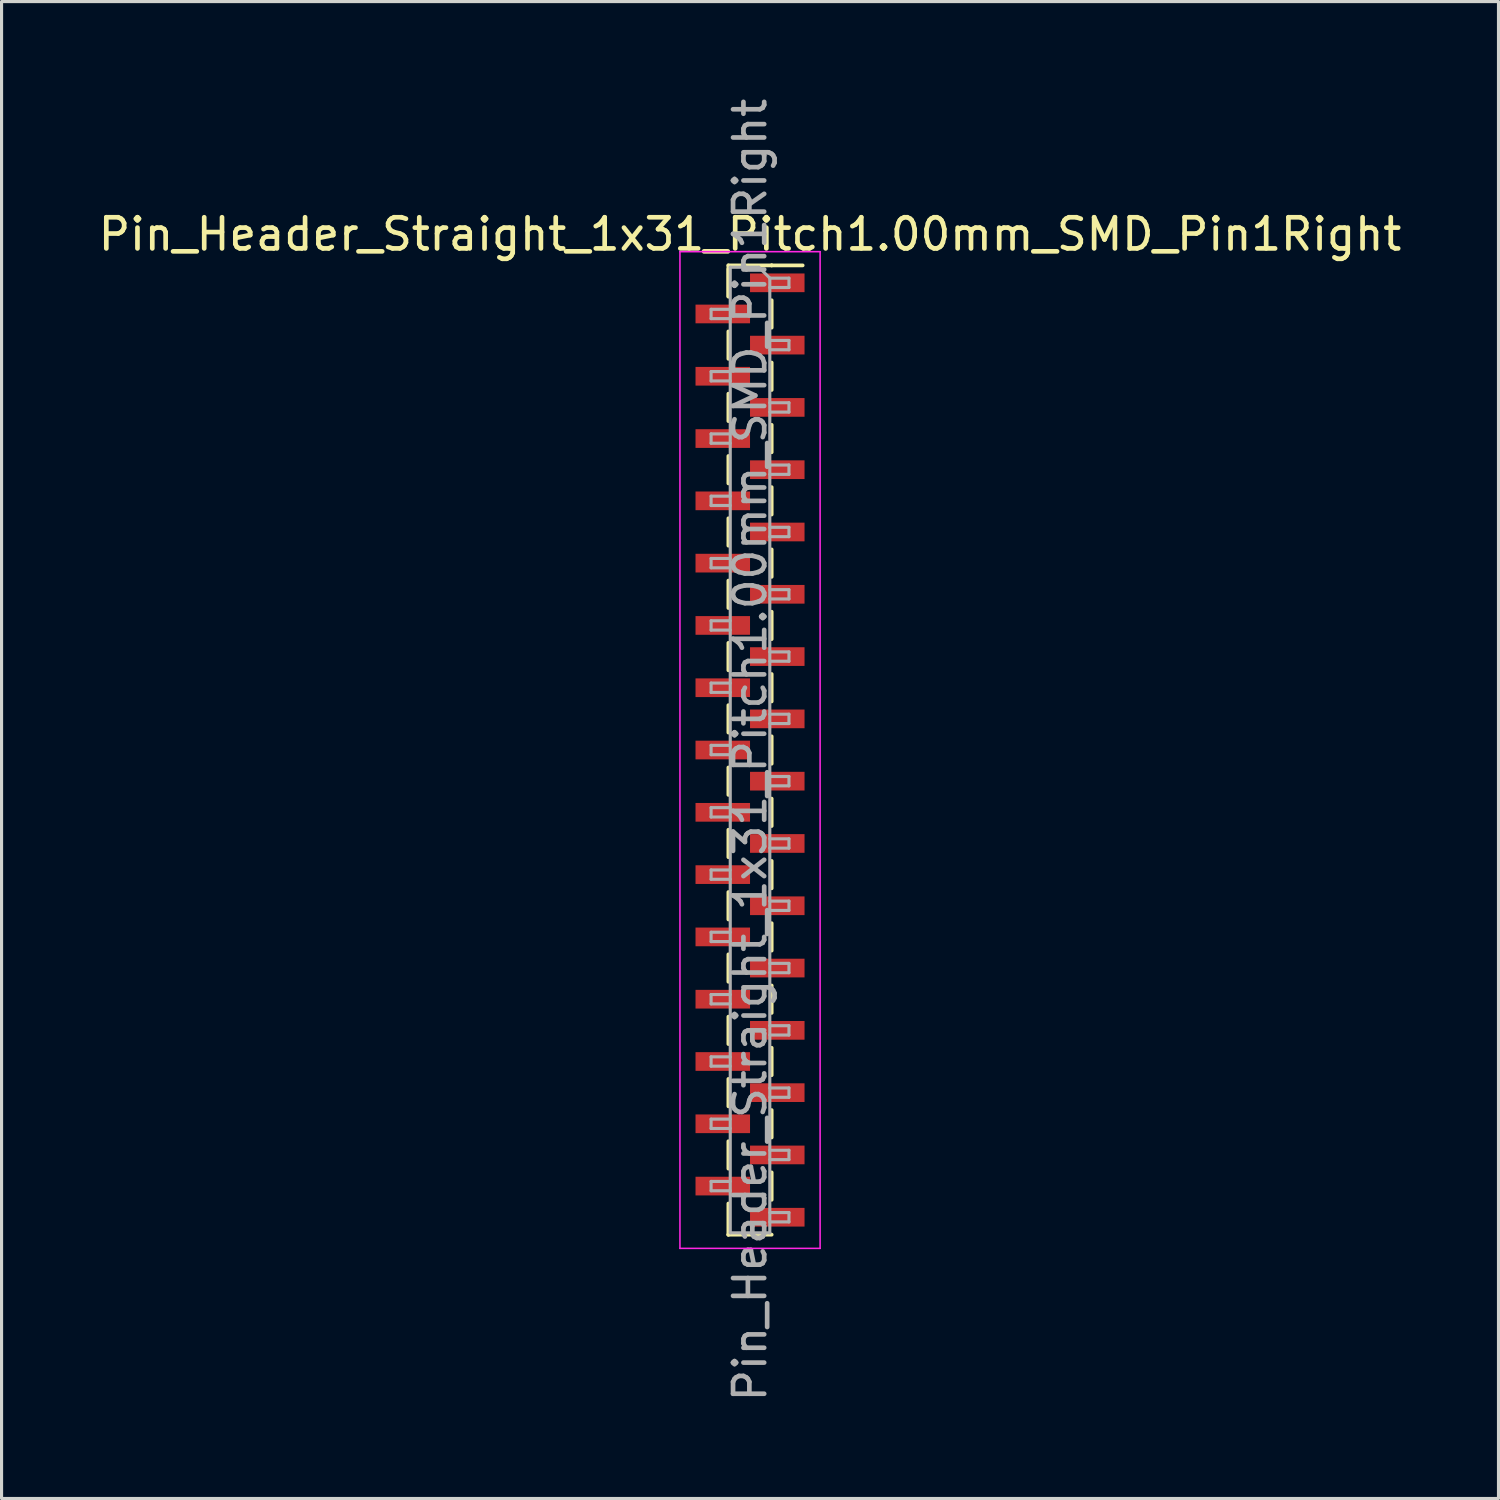
<source format=kicad_pcb>
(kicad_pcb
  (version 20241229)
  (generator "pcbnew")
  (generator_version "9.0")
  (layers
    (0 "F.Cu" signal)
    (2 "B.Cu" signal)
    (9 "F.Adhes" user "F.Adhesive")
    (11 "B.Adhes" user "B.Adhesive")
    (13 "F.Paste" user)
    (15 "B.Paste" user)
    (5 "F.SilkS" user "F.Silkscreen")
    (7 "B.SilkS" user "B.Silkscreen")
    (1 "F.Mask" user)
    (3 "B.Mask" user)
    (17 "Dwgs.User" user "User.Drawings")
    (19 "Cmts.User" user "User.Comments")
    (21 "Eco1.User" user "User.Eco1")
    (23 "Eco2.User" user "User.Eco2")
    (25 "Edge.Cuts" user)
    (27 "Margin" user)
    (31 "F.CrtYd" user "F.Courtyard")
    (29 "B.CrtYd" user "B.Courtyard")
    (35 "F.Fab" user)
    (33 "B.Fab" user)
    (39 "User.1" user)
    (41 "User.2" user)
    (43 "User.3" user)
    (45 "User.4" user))
  (footprint "Pin_Header_Straight_1x31_Pitch1.00mm_SMD_Pin1Right"
    (layer "F.Cu")
    (at 21.03 21.03)
    (property "Reference" "Pin_Header_Straight_1x31_Pitch1.00mm_SMD_Pin1Right" (at 0 -16.56 0) (layer "F.SilkS") (effects (font (size 1 1) (thickness 0.15))))
    (attr smd)
    (fp_line (start -0.695 -15.56) (end -0.695 -14.56) (stroke (width 0.12) (type solid)) (layer "F.SilkS"))
    (fp_line (start -0.695 -15.56) (end 0.695 -15.56) (stroke (width 0.12) (type solid)) (layer "F.SilkS"))
    (fp_line (start -0.695 -15.44) (end -0.695 -14.56) (stroke (width 0.12) (type solid)) (layer "F.SilkS"))
    (fp_line (start -0.695 -13.44) (end -0.695 -12.56) (stroke (width 0.12) (type solid)) (layer "F.SilkS"))
    (fp_line (start -0.695 -11.44) (end -0.695 -10.56) (stroke (width 0.12) (type solid)) (layer "F.SilkS"))
    (fp_line (start -0.695 -9.44) (end -0.695 -8.56) (stroke (width 0.12) (type solid)) (layer "F.SilkS"))
    (fp_line (start -0.695 -7.44) (end -0.695 -6.56) (stroke (width 0.12) (type solid)) (layer "F.SilkS"))
    (fp_line (start -0.695 -5.44) (end -0.695 -4.56) (stroke (width 0.12) (type solid)) (layer "F.SilkS"))
    (fp_line (start -0.695 -3.44) (end -0.695 -2.56) (stroke (width 0.12) (type solid)) (layer "F.SilkS"))
    (fp_line (start -0.695 -1.44) (end -0.695 -0.56) (stroke (width 0.12) (type solid)) (layer "F.SilkS"))
    (fp_line (start -0.695 0.56) (end -0.695 1.44) (stroke (width 0.12) (type solid)) (layer "F.SilkS"))
    (fp_line (start -0.695 2.56) (end -0.695 3.44) (stroke (width 0.12) (type solid)) (layer "F.SilkS"))
    (fp_line (start -0.695 4.56) (end -0.695 5.44) (stroke (width 0.12) (type solid)) (layer "F.SilkS"))
    (fp_line (start -0.695 6.56) (end -0.695 7.44) (stroke (width 0.12) (type solid)) (layer "F.SilkS"))
    (fp_line (start -0.695 8.56) (end -0.695 9.44) (stroke (width 0.12) (type solid)) (layer "F.SilkS"))
    (fp_line (start -0.695 10.56) (end -0.695 11.44) (stroke (width 0.12) (type solid)) (layer "F.SilkS"))
    (fp_line (start -0.695 12.56) (end -0.695 13.44) (stroke (width 0.12) (type solid)) (layer "F.SilkS"))
    (fp_line (start -0.695 14.56) (end -0.695 15.56) (stroke (width 0.12) (type solid)) (layer "F.SilkS"))
    (fp_line (start -0.695 15.56) (end -0.695 15.56) (stroke (width 0.12) (type solid)) (layer "F.SilkS"))
    (fp_line (start -0.695 15.56) (end 0.695 15.56) (stroke (width 0.12) (type solid)) (layer "F.SilkS"))
    (fp_line (start 0.695 -15.56) (end 0.695 -15.56) (stroke (width 0.12) (type solid)) (layer "F.SilkS"))
    (fp_line (start 0.695 -15.56) (end 1.69 -15.56) (stroke (width 0.12) (type solid)) (layer "F.SilkS"))
    (fp_line (start 0.695 -14.44) (end 0.695 -13.56) (stroke (width 0.12) (type solid)) (layer "F.SilkS"))
    (fp_line (start 0.695 -12.44) (end 0.695 -11.56) (stroke (width 0.12) (type solid)) (layer "F.SilkS"))
    (fp_line (start 0.695 -10.44) (end 0.695 -9.56) (stroke (width 0.12) (type solid)) (layer "F.SilkS"))
    (fp_line (start 0.695 -8.44) (end 0.695 -7.56) (stroke (width 0.12) (type solid)) (layer "F.SilkS"))
    (fp_line (start 0.695 -6.44) (end 0.695 -5.56) (stroke (width 0.12) (type solid)) (layer "F.SilkS"))
    (fp_line (start 0.695 -4.44) (end 0.695 -3.56) (stroke (width 0.12) (type solid)) (layer "F.SilkS"))
    (fp_line (start 0.695 -2.44) (end 0.695 -1.56) (stroke (width 0.12) (type solid)) (layer "F.SilkS"))
    (fp_line (start 0.695 -0.44) (end 0.695 0.44) (stroke (width 0.12) (type solid)) (layer "F.SilkS"))
    (fp_line (start 0.695 1.56) (end 0.695 2.44) (stroke (width 0.12) (type solid)) (layer "F.SilkS"))
    (fp_line (start 0.695 3.56) (end 0.695 4.44) (stroke (width 0.12) (type solid)) (layer "F.SilkS"))
    (fp_line (start 0.695 5.56) (end 0.695 6.44) (stroke (width 0.12) (type solid)) (layer "F.SilkS"))
    (fp_line (start 0.695 7.56) (end 0.695 8.44) (stroke (width 0.12) (type solid)) (layer "F.SilkS"))
    (fp_line (start 0.695 9.56) (end 0.695 10.44) (stroke (width 0.12) (type solid)) (layer "F.SilkS"))
    (fp_line (start 0.695 11.56) (end 0.695 12.44) (stroke (width 0.12) (type solid)) (layer "F.SilkS"))
    (fp_line (start 0.695 13.56) (end 0.695 14.44) (stroke (width 0.12) (type solid)) (layer "F.SilkS"))
    (fp_line (start -2.25 -16) (end -2.25 16) (stroke (width 0.05) (type solid)) (layer "F.CrtYd"))
    (fp_line (start -2.25 16) (end 2.25 16) (stroke (width 0.05) (type solid)) (layer "F.CrtYd"))
    (fp_line (start 2.25 -16) (end -2.25 -16) (stroke (width 0.05) (type solid)) (layer "F.CrtYd"))
    (fp_line (start 2.25 16) (end 2.25 -16) (stroke (width 0.05) (type solid)) (layer "F.CrtYd"))
    (fp_line (start -1.25 -14.15) (end -1.25 -13.85) (stroke (width 0.1) (type solid)) (layer "F.Fab"))
    (fp_line (start -1.25 -13.85) (end -0.635 -13.85) (stroke (width 0.1) (type solid)) (layer "F.Fab"))
    (fp_line (start -1.25 -12.15) (end -1.25 -11.85) (stroke (width 0.1) (type solid)) (layer "F.Fab"))
    (fp_line (start -1.25 -11.85) (end -0.635 -11.85) (stroke (width 0.1) (type solid)) (layer "F.Fab"))
    (fp_line (start -1.25 -10.15) (end -1.25 -9.85) (stroke (width 0.1) (type solid)) (layer "F.Fab"))
    (fp_line (start -1.25 -9.85) (end -0.635 -9.85) (stroke (width 0.1) (type solid)) (layer "F.Fab"))
    (fp_line (start -1.25 -8.15) (end -1.25 -7.85) (stroke (width 0.1) (type solid)) (layer "F.Fab"))
    (fp_line (start -1.25 -7.85) (end -0.635 -7.85) (stroke (width 0.1) (type solid)) (layer "F.Fab"))
    (fp_line (start -1.25 -6.15) (end -1.25 -5.85) (stroke (width 0.1) (type solid)) (layer "F.Fab"))
    (fp_line (start -1.25 -5.85) (end -0.635 -5.85) (stroke (width 0.1) (type solid)) (layer "F.Fab"))
    (fp_line (start -1.25 -4.15) (end -1.25 -3.85) (stroke (width 0.1) (type solid)) (layer "F.Fab"))
    (fp_line (start -1.25 -3.85) (end -0.635 -3.85) (stroke (width 0.1) (type solid)) (layer "F.Fab"))
    (fp_line (start -1.25 -2.15) (end -1.25 -1.85) (stroke (width 0.1) (type solid)) (layer "F.Fab"))
    (fp_line (start -1.25 -1.85) (end -0.635 -1.85) (stroke (width 0.1) (type solid)) (layer "F.Fab"))
    (fp_line (start -1.25 -0.15) (end -1.25 0.15) (stroke (width 0.1) (type solid)) (layer "F.Fab"))
    (fp_line (start -1.25 0.15) (end -0.635 0.15) (stroke (width 0.1) (type solid)) (layer "F.Fab"))
    (fp_line (start -1.25 1.85) (end -1.25 2.15) (stroke (width 0.1) (type solid)) (layer "F.Fab"))
    (fp_line (start -1.25 2.15) (end -0.635 2.15) (stroke (width 0.1) (type solid)) (layer "F.Fab"))
    (fp_line (start -1.25 3.85) (end -1.25 4.15) (stroke (width 0.1) (type solid)) (layer "F.Fab"))
    (fp_line (start -1.25 4.15) (end -0.635 4.15) (stroke (width 0.1) (type solid)) (layer "F.Fab"))
    (fp_line (start -1.25 5.85) (end -1.25 6.15) (stroke (width 0.1) (type solid)) (layer "F.Fab"))
    (fp_line (start -1.25 6.15) (end -0.635 6.15) (stroke (width 0.1) (type solid)) (layer "F.Fab"))
    (fp_line (start -1.25 7.85) (end -1.25 8.15) (stroke (width 0.1) (type solid)) (layer "F.Fab"))
    (fp_line (start -1.25 8.15) (end -0.635 8.15) (stroke (width 0.1) (type solid)) (layer "F.Fab"))
    (fp_line (start -1.25 9.85) (end -1.25 10.15) (stroke (width 0.1) (type solid)) (layer "F.Fab"))
    (fp_line (start -1.25 10.15) (end -0.635 10.15) (stroke (width 0.1) (type solid)) (layer "F.Fab"))
    (fp_line (start -1.25 11.85) (end -1.25 12.15) (stroke (width 0.1) (type solid)) (layer "F.Fab"))
    (fp_line (start -1.25 12.15) (end -0.635 12.15) (stroke (width 0.1) (type solid)) (layer "F.Fab"))
    (fp_line (start -1.25 13.85) (end -1.25 14.15) (stroke (width 0.1) (type solid)) (layer "F.Fab"))
    (fp_line (start -1.25 14.15) (end -0.635 14.15) (stroke (width 0.1) (type solid)) (layer "F.Fab"))
    (fp_line (start -0.635 -15.5) (end -0.635 15.5) (stroke (width 0.1) (type solid)) (layer "F.Fab"))
    (fp_line (start -0.635 -15.5) (end 0.285 -15.5) (stroke (width 0.1) (type solid)) (layer "F.Fab"))
    (fp_line (start -0.635 -14.15) (end -1.25 -14.15) (stroke (width 0.1) (type solid)) (layer "F.Fab"))
    (fp_line (start -0.635 -12.15) (end -1.25 -12.15) (stroke (width 0.1) (type solid)) (layer "F.Fab"))
    (fp_line (start -0.635 -10.15) (end -1.25 -10.15) (stroke (width 0.1) (type solid)) (layer "F.Fab"))
    (fp_line (start -0.635 -8.15) (end -1.25 -8.15) (stroke (width 0.1) (type solid)) (layer "F.Fab"))
    (fp_line (start -0.635 -6.15) (end -1.25 -6.15) (stroke (width 0.1) (type solid)) (layer "F.Fab"))
    (fp_line (start -0.635 -4.15) (end -1.25 -4.15) (stroke (width 0.1) (type solid)) (layer "F.Fab"))
    (fp_line (start -0.635 -2.15) (end -1.25 -2.15) (stroke (width 0.1) (type solid)) (layer "F.Fab"))
    (fp_line (start -0.635 -0.15) (end -1.25 -0.15) (stroke (width 0.1) (type solid)) (layer "F.Fab"))
    (fp_line (start -0.635 1.85) (end -1.25 1.85) (stroke (width 0.1) (type solid)) (layer "F.Fab"))
    (fp_line (start -0.635 3.85) (end -1.25 3.85) (stroke (width 0.1) (type solid)) (layer "F.Fab"))
    (fp_line (start -0.635 5.85) (end -1.25 5.85) (stroke (width 0.1) (type solid)) (layer "F.Fab"))
    (fp_line (start -0.635 7.85) (end -1.25 7.85) (stroke (width 0.1) (type solid)) (layer "F.Fab"))
    (fp_line (start -0.635 9.85) (end -1.25 9.85) (stroke (width 0.1) (type solid)) (layer "F.Fab"))
    (fp_line (start -0.635 11.85) (end -1.25 11.85) (stroke (width 0.1) (type solid)) (layer "F.Fab"))
    (fp_line (start -0.635 13.85) (end -1.25 13.85) (stroke (width 0.1) (type solid)) (layer "F.Fab"))
    (fp_line (start 0.635 -15.15) (end 0.285 -15.5) (stroke (width 0.1) (type solid)) (layer "F.Fab"))
    (fp_line (start 0.635 -15.15) (end 1.25 -15.15) (stroke (width 0.1) (type solid)) (layer "F.Fab"))
    (fp_line (start 0.635 -13.15) (end 1.25 -13.15) (stroke (width 0.1) (type solid)) (layer "F.Fab"))
    (fp_line (start 0.635 -11.15) (end 1.25 -11.15) (stroke (width 0.1) (type solid)) (layer "F.Fab"))
    (fp_line (start 0.635 -9.15) (end 1.25 -9.15) (stroke (width 0.1) (type solid)) (layer "F.Fab"))
    (fp_line (start 0.635 -7.15) (end 1.25 -7.15) (stroke (width 0.1) (type solid)) (layer "F.Fab"))
    (fp_line (start 0.635 -5.15) (end 1.25 -5.15) (stroke (width 0.1) (type solid)) (layer "F.Fab"))
    (fp_line (start 0.635 -3.15) (end 1.25 -3.15) (stroke (width 0.1) (type solid)) (layer "F.Fab"))
    (fp_line (start 0.635 -1.15) (end 1.25 -1.15) (stroke (width 0.1) (type solid)) (layer "F.Fab"))
    (fp_line (start 0.635 0.85) (end 1.25 0.85) (stroke (width 0.1) (type solid)) (layer "F.Fab"))
    (fp_line (start 0.635 2.85) (end 1.25 2.85) (stroke (width 0.1) (type solid)) (layer "F.Fab"))
    (fp_line (start 0.635 4.85) (end 1.25 4.85) (stroke (width 0.1) (type solid)) (layer "F.Fab"))
    (fp_line (start 0.635 6.85) (end 1.25 6.85) (stroke (width 0.1) (type solid)) (layer "F.Fab"))
    (fp_line (start 0.635 8.85) (end 1.25 8.85) (stroke (width 0.1) (type solid)) (layer "F.Fab"))
    (fp_line (start 0.635 10.85) (end 1.25 10.85) (stroke (width 0.1) (type solid)) (layer "F.Fab"))
    (fp_line (start 0.635 12.85) (end 1.25 12.85) (stroke (width 0.1) (type solid)) (layer "F.Fab"))
    (fp_line (start 0.635 14.85) (end 1.25 14.85) (stroke (width 0.1) (type solid)) (layer "F.Fab"))
    (fp_line (start 0.635 15.5) (end -0.635 15.5) (stroke (width 0.1) (type solid)) (layer "F.Fab"))
    (fp_line (start 0.635 15.5) (end 0.635 -15.15) (stroke (width 0.1) (type solid)) (layer "F.Fab"))
    (fp_line (start 1.25 -15.15) (end 1.25 -14.85) (stroke (width 0.1) (type solid)) (layer "F.Fab"))
    (fp_line (start 1.25 -14.85) (end 0.635 -14.85) (stroke (width 0.1) (type solid)) (layer "F.Fab"))
    (fp_line (start 1.25 -13.15) (end 1.25 -12.85) (stroke (width 0.1) (type solid)) (layer "F.Fab"))
    (fp_line (start 1.25 -12.85) (end 0.635 -12.85) (stroke (width 0.1) (type solid)) (layer "F.Fab"))
    (fp_line (start 1.25 -11.15) (end 1.25 -10.85) (stroke (width 0.1) (type solid)) (layer "F.Fab"))
    (fp_line (start 1.25 -10.85) (end 0.635 -10.85) (stroke (width 0.1) (type solid)) (layer "F.Fab"))
    (fp_line (start 1.25 -9.15) (end 1.25 -8.85) (stroke (width 0.1) (type solid)) (layer "F.Fab"))
    (fp_line (start 1.25 -8.85) (end 0.635 -8.85) (stroke (width 0.1) (type solid)) (layer "F.Fab"))
    (fp_line (start 1.25 -7.15) (end 1.25 -6.85) (stroke (width 0.1) (type solid)) (layer "F.Fab"))
    (fp_line (start 1.25 -6.85) (end 0.635 -6.85) (stroke (width 0.1) (type solid)) (layer "F.Fab"))
    (fp_line (start 1.25 -5.15) (end 1.25 -4.85) (stroke (width 0.1) (type solid)) (layer "F.Fab"))
    (fp_line (start 1.25 -4.85) (end 0.635 -4.85) (stroke (width 0.1) (type solid)) (layer "F.Fab"))
    (fp_line (start 1.25 -3.15) (end 1.25 -2.85) (stroke (width 0.1) (type solid)) (layer "F.Fab"))
    (fp_line (start 1.25 -2.85) (end 0.635 -2.85) (stroke (width 0.1) (type solid)) (layer "F.Fab"))
    (fp_line (start 1.25 -1.15) (end 1.25 -0.85) (stroke (width 0.1) (type solid)) (layer "F.Fab"))
    (fp_line (start 1.25 -0.85) (end 0.635 -0.85) (stroke (width 0.1) (type solid)) (layer "F.Fab"))
    (fp_line (start 1.25 0.85) (end 1.25 1.15) (stroke (width 0.1) (type solid)) (layer "F.Fab"))
    (fp_line (start 1.25 1.15) (end 0.635 1.15) (stroke (width 0.1) (type solid)) (layer "F.Fab"))
    (fp_line (start 1.25 2.85) (end 1.25 3.15) (stroke (width 0.1) (type solid)) (layer "F.Fab"))
    (fp_line (start 1.25 3.15) (end 0.635 3.15) (stroke (width 0.1) (type solid)) (layer "F.Fab"))
    (fp_line (start 1.25 4.85) (end 1.25 5.15) (stroke (width 0.1) (type solid)) (layer "F.Fab"))
    (fp_line (start 1.25 5.15) (end 0.635 5.15) (stroke (width 0.1) (type solid)) (layer "F.Fab"))
    (fp_line (start 1.25 6.85) (end 1.25 7.15) (stroke (width 0.1) (type solid)) (layer "F.Fab"))
    (fp_line (start 1.25 7.15) (end 0.635 7.15) (stroke (width 0.1) (type solid)) (layer "F.Fab"))
    (fp_line (start 1.25 8.85) (end 1.25 9.15) (stroke (width 0.1) (type solid)) (layer "F.Fab"))
    (fp_line (start 1.25 9.15) (end 0.635 9.15) (stroke (width 0.1) (type solid)) (layer "F.Fab"))
    (fp_line (start 1.25 10.85) (end 1.25 11.15) (stroke (width 0.1) (type solid)) (layer "F.Fab"))
    (fp_line (start 1.25 11.15) (end 0.635 11.15) (stroke (width 0.1) (type solid)) (layer "F.Fab"))
    (fp_line (start 1.25 12.85) (end 1.25 13.15) (stroke (width 0.1) (type solid)) (layer "F.Fab"))
    (fp_line (start 1.25 13.15) (end 0.635 13.15) (stroke (width 0.1) (type solid)) (layer "F.Fab"))
    (fp_line (start 1.25 14.85) (end 1.25 15.15) (stroke (width 0.1) (type solid)) (layer "F.Fab"))
    (fp_line (start 1.25 15.15) (end 0.635 15.15) (stroke (width 0.1) (type solid)) (layer "F.Fab"))
    (fp_text user "${REFERENCE}" (at 0 0 90) (layer "F.Fab") (effects (font (size 1 1) (thickness 0.15))))
    (pad "1" smd rect (at 0.875 -15) (size 1.75 0.6) (layers "F.Cu" "F.Mask" "F.Paste"))
    (pad "2" smd rect (at -0.875 -14) (size 1.75 0.6) (layers "F.Cu" "F.Mask" "F.Paste"))
    (pad "3" smd rect (at 0.875 -13) (size 1.75 0.6) (layers "F.Cu" "F.Mask" "F.Paste"))
    (pad "4" smd rect (at -0.875 -12) (size 1.75 0.6) (layers "F.Cu" "F.Mask" "F.Paste"))
    (pad "5" smd rect (at 0.875 -11) (size 1.75 0.6) (layers "F.Cu" "F.Mask" "F.Paste"))
    (pad "6" smd rect (at -0.875 -10) (size 1.75 0.6) (layers "F.Cu" "F.Mask" "F.Paste"))
    (pad "7" smd rect (at 0.875 -9) (size 1.75 0.6) (layers "F.Cu" "F.Mask" "F.Paste"))
    (pad "8" smd rect (at -0.875 -8) (size 1.75 0.6) (layers "F.Cu" "F.Mask" "F.Paste"))
    (pad "9" smd rect (at 0.875 -7) (size 1.75 0.6) (layers "F.Cu" "F.Mask" "F.Paste"))
    (pad "10" smd rect (at -0.875 -6) (size 1.75 0.6) (layers "F.Cu" "F.Mask" "F.Paste"))
    (pad "11" smd rect (at 0.875 -5) (size 1.75 0.6) (layers "F.Cu" "F.Mask" "F.Paste"))
    (pad "12" smd rect (at -0.875 -4) (size 1.75 0.6) (layers "F.Cu" "F.Mask" "F.Paste"))
    (pad "13" smd rect (at 0.875 -3) (size 1.75 0.6) (layers "F.Cu" "F.Mask" "F.Paste"))
    (pad "14" smd rect (at -0.875 -2) (size 1.75 0.6) (layers "F.Cu" "F.Mask" "F.Paste"))
    (pad "15" smd rect (at 0.875 -1) (size 1.75 0.6) (layers "F.Cu" "F.Mask" "F.Paste"))
    (pad "16" smd rect (at -0.875 0) (size 1.75 0.6) (layers "F.Cu" "F.Mask" "F.Paste"))
    (pad "17" smd rect (at 0.875 1) (size 1.75 0.6) (layers "F.Cu" "F.Mask" "F.Paste"))
    (pad "18" smd rect (at -0.875 2) (size 1.75 0.6) (layers "F.Cu" "F.Mask" "F.Paste"))
    (pad "19" smd rect (at 0.875 3) (size 1.75 0.6) (layers "F.Cu" "F.Mask" "F.Paste"))
    (pad "20" smd rect (at -0.875 4) (size 1.75 0.6) (layers "F.Cu" "F.Mask" "F.Paste"))
    (pad "21" smd rect (at 0.875 5) (size 1.75 0.6) (layers "F.Cu" "F.Mask" "F.Paste"))
    (pad "22" smd rect (at -0.875 6) (size 1.75 0.6) (layers "F.Cu" "F.Mask" "F.Paste"))
    (pad "23" smd rect (at 0.875 7) (size 1.75 0.6) (layers "F.Cu" "F.Mask" "F.Paste"))
    (pad "24" smd rect (at -0.875 8) (size 1.75 0.6) (layers "F.Cu" "F.Mask" "F.Paste"))
    (pad "25" smd rect (at 0.875 9) (size 1.75 0.6) (layers "F.Cu" "F.Mask" "F.Paste"))
    (pad "26" smd rect (at -0.875 10) (size 1.75 0.6) (layers "F.Cu" "F.Mask" "F.Paste"))
    (pad "27" smd rect (at 0.875 11) (size 1.75 0.6) (layers "F.Cu" "F.Mask" "F.Paste"))
    (pad "28" smd rect (at -0.875 12) (size 1.75 0.6) (layers "F.Cu" "F.Mask" "F.Paste"))
    (pad "29" smd rect (at 0.875 13) (size 1.75 0.6) (layers "F.Cu" "F.Mask" "F.Paste"))
    (pad "30" smd rect (at -0.875 14) (size 1.75 0.6) (layers "F.Cu" "F.Mask" "F.Paste"))
    (pad "31" smd rect (at 0.875 15) (size 1.75 0.6) (layers "F.Cu" "F.Mask" "F.Paste")))
  (gr_rect
    (start -3 -3)
    (end 45.06 45.06)
    (stroke (width 0.1) (type default))
    (fill no)
    (layer "Edge.Cuts")))
</source>
